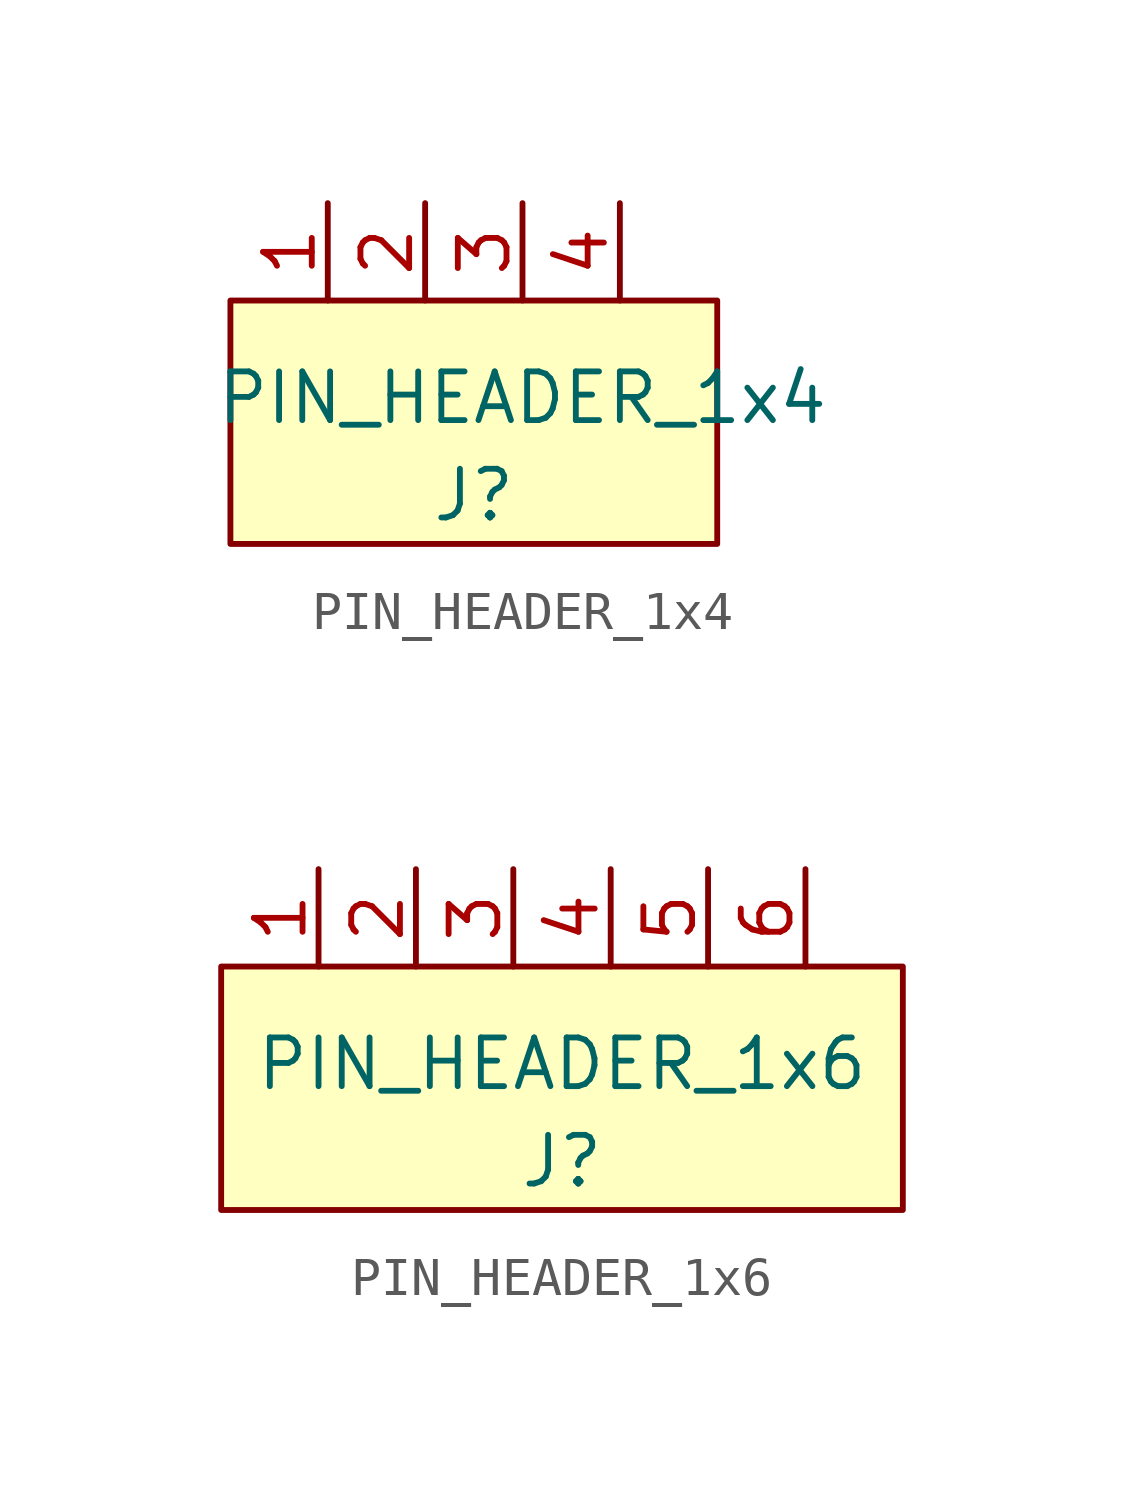
<source format=kicad_sym>
(kicad_symbol_lib
  (version 20220914)
  (generator kicad_symbol_editor)
  (symbol "PIN_HEADER_1x4"
    (property "Reference" "J"
      (at -1.27 -1.27 0)
      (effects (font (size 1.27 1.27))))
    (property "Value" "PIN_HEADER_1x4"
      (at 0 1.27 0)
      (effects (font (size 1.27 1.27))))
    (symbol "PIN_HEADER_1x4_0_1"
      (rectangle (start -7.62 3.81) (end 5.08 -2.54) (stroke (width 0) (type solid)) (fill (type background))))
    (symbol "PIN_HEADER_1x4_1_1"
      (pin input line (at -5.08 6.35 270) (length 2.54) (name "" (effects (font (size 1.27 1.27)))) (number "1" (effects (font (size 1.27 1.27)))))
      (pin input line (at -2.54 6.35 270) (length 2.54) (name "" (effects (font (size 1.27 1.27)))) (number "2" (effects (font (size 1.27 1.27)))))
      (pin input line (at 0 6.35 270) (length 2.54) (name "" (effects (font (size 1.27 1.27)))) (number "3" (effects (font (size 1.27 1.27)))))
      (pin input line (at 2.54 6.35 270) (length 2.54) (name "" (effects (font (size 1.27 1.27)))) (number "4" (effects (font (size 1.27 1.27)))))))
  (symbol "PIN_HEADER_1x6"
    (property "Reference" "J"
      (at 1.27 -1.27 0)
      (effects (font (size 1.27 1.27))))
    (property "Value" "PIN_HEADER_1x6"
      (at 1.27 1.27 0)
      (effects (font (size 1.27 1.27))))
    (symbol "PIN_HEADER_1x6_0_1"
      (rectangle (start -7.62 3.81) (end 10.16 -2.54) (stroke (width 0) (type solid)) (fill (type background))))
    (symbol "PIN_HEADER_1x6_1_1"
      (pin input line (at -5.08 6.35 270) (length 2.54) (name "" (effects (font (size 1.27 1.27)))) (number "1" (effects (font (size 1.27 1.27)))))
      (pin input line (at -2.54 6.35 270) (length 2.54) (name "" (effects (font (size 1.27 1.27)))) (number "2" (effects (font (size 1.27 1.27)))))
      (pin input line (at 0 6.35 270) (length 2.54) (name "" (effects (font (size 1.27 1.27)))) (number "3" (effects (font (size 1.27 1.27)))))
      (pin input line (at 2.54 6.35 270) (length 2.54) (name "" (effects (font (size 1.27 1.27)))) (number "4" (effects (font (size 1.27 1.27)))))
      (pin input line (at 5.08 6.35 270) (length 2.54) (name "" (effects (font (size 1.27 1.27)))) (number "5" (effects (font (size 1.27 1.27)))))
      (pin input line (at 7.62 6.35 270) (length 2.54) (name "" (effects (font (size 1.27 1.27)))) (number "6" (effects (font (size 1.27 1.27))))))))
</source>
